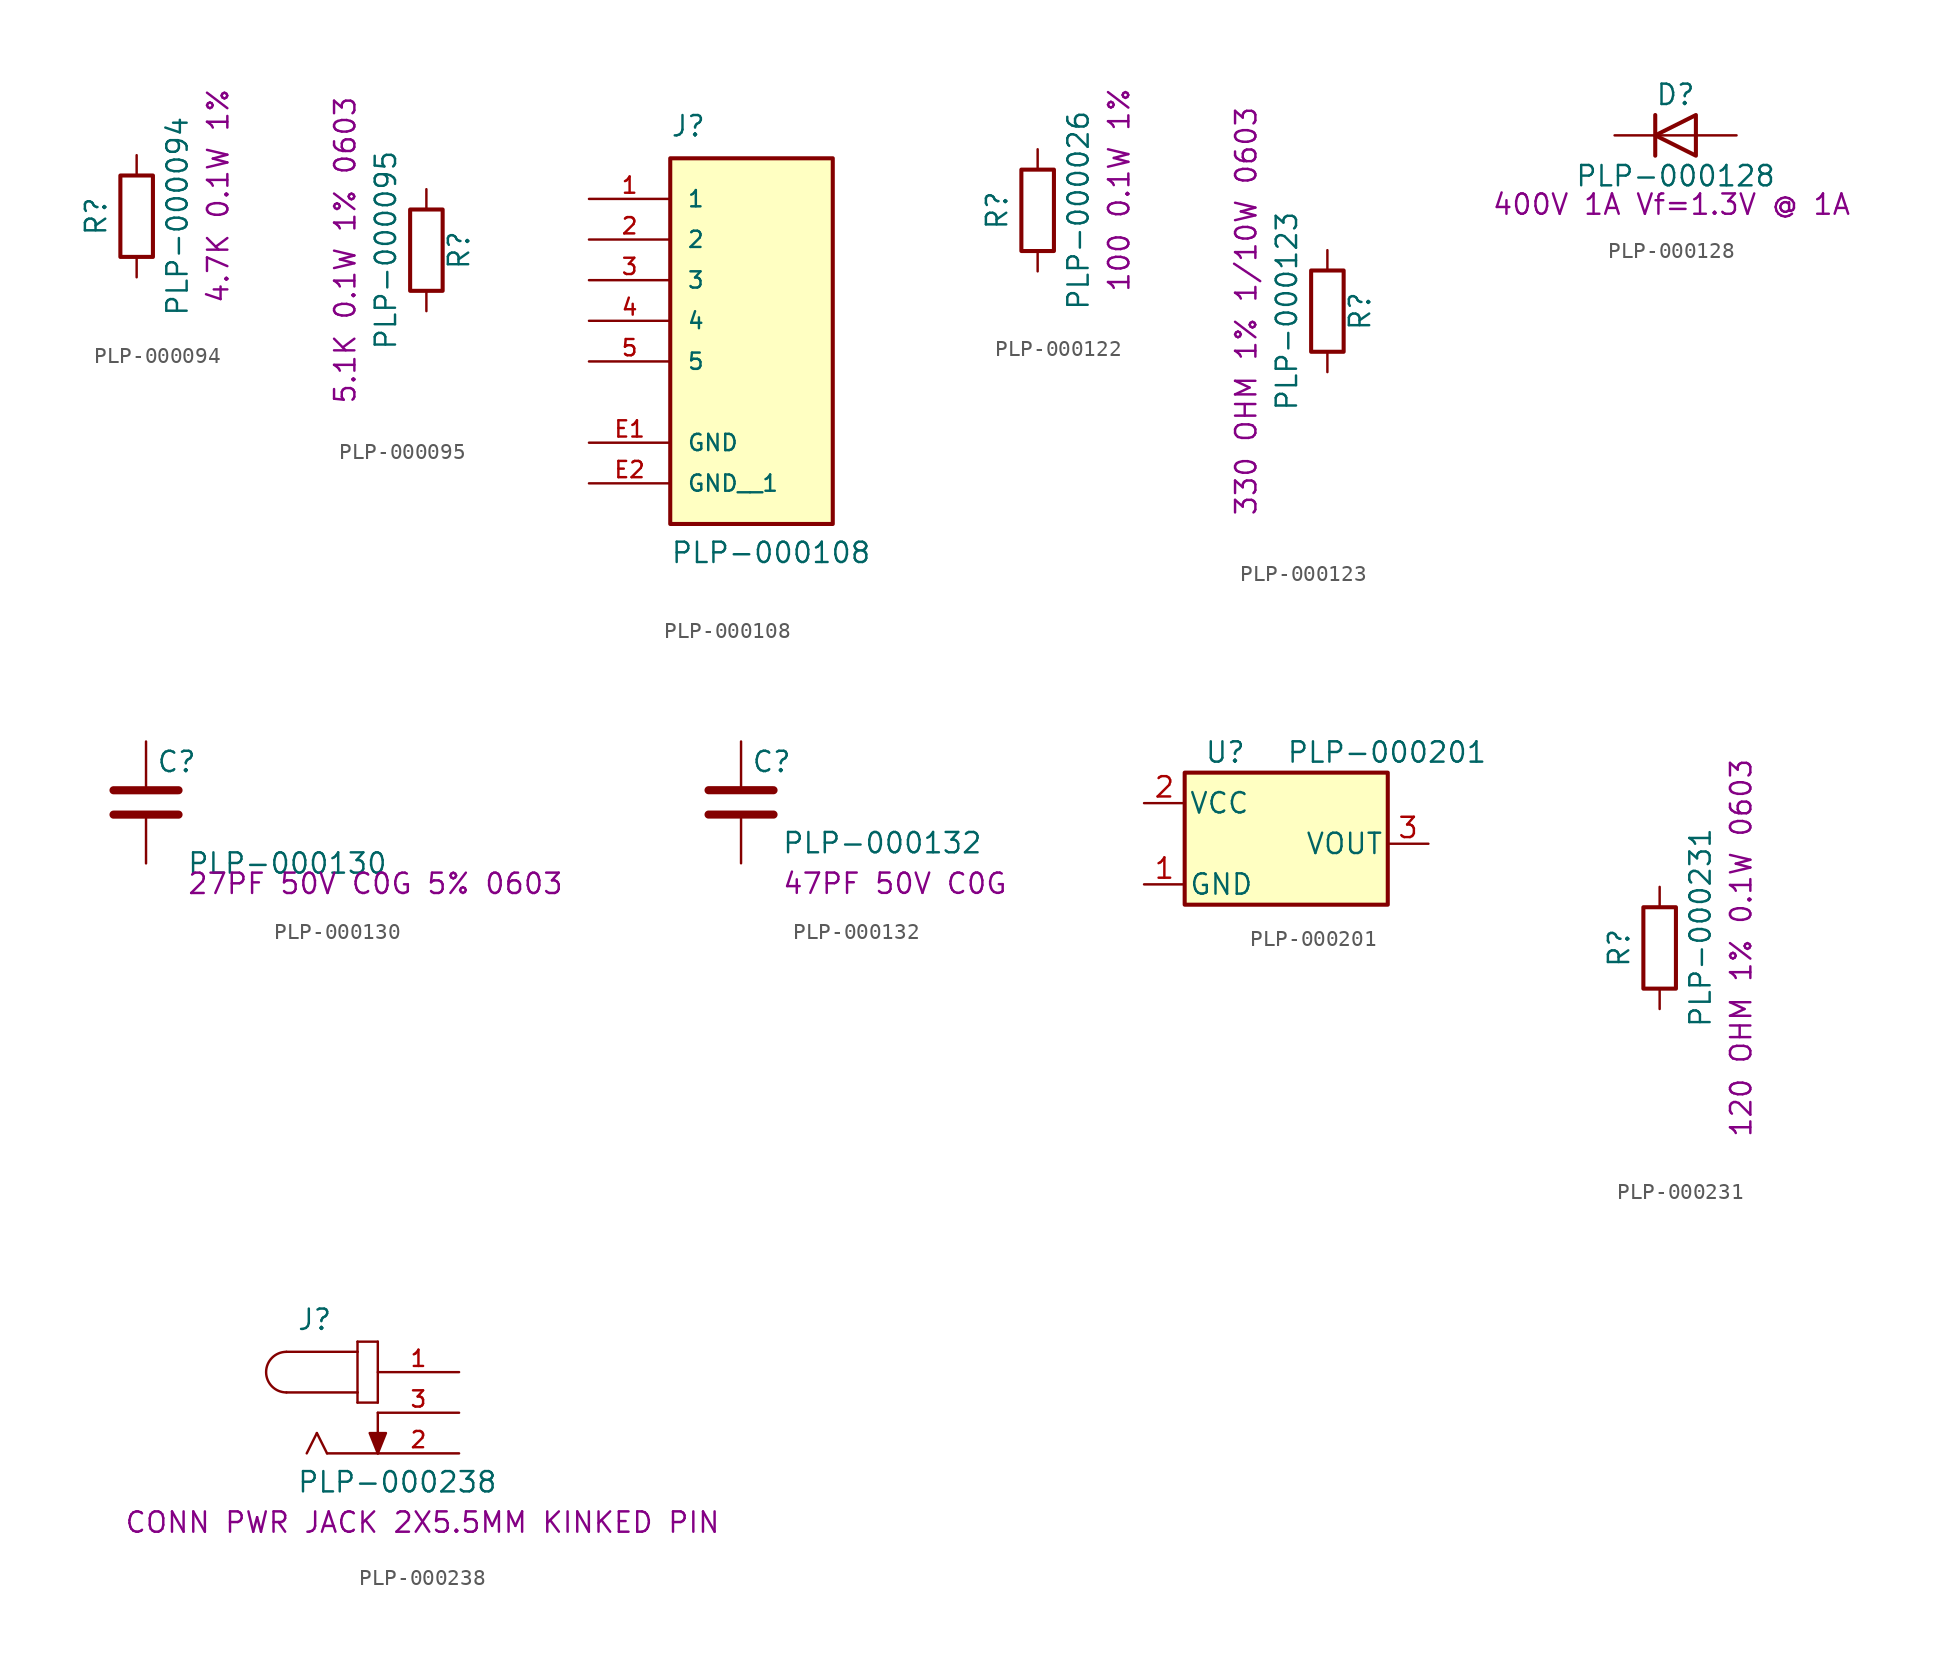
<source format=kicad_sym>
(kicad_symbol_lib
  (version 20241209)
  (generator "kicad_symbol_editor")
  (generator_version "9.0")
  (symbol "PLP-000094"
    (pin_numbers
      (hide yes))
    (pin_names
      (offset 0))
    (property "Reference" "R"
      (at -2.54 0 90)
      (effects (font (size 1.27 1.27))))
    (property "Value" "PLP-000094"
      (at 2.54 0 90)
      (effects (font (size 1.27 1.27))))
    (property "Info" "4.7K 0.1W 1%"
      (at 5.08 1.27 90)
      (effects (font (size 1.27 1.27))))
    (symbol "PLP-000094_0_1"
      (rectangle (start -1.016 -2.54) (end 1.016 2.54) (stroke (width 0.254) (type default)) (fill (type none))))
    (symbol "PLP-000094_1_1"
      (pin passive line (at 0 3.81 270) (length 1.27) (name "~" (effects (font (size 1.27 1.27)))) (number "1" (effects (font (size 1.27 1.27)))))
      (pin passive line (at 0 -3.81 90) (length 1.27) (name "~" (effects (font (size 1.27 1.27)))) (number "2" (effects (font (size 1.27 1.27)))))))
  (symbol "PLP-000095"
    (pin_numbers
      (hide yes))
    (pin_names
      (offset 0))
    (property "Reference" "R"
      (at 2.032 0 90)
      (effects (font (size 1.27 1.27))))
    (property "Value" "PLP-000095"
      (at -2.54 0 90)
      (effects (font (size 1.27 1.27))))
    (property "Info" "5.1K 0.1W 1% 0603"
      (at -5.08 0 90)
      (effects (font (size 1.27 1.27))))
    (symbol "PLP-000095_0_1"
      (rectangle (start -1.016 -2.54) (end 1.016 2.54) (stroke (width 0.254) (type default)) (fill (type none))))
    (symbol "PLP-000095_1_1"
      (pin passive line (at 0 3.81 270) (length 1.27) (name "~" (effects (font (size 1.27 1.27)))) (number "1" (effects (font (size 1.27 1.27)))))
      (pin passive line (at 0 -3.81 90) (length 1.27) (name "~" (effects (font (size 1.27 1.27)))) (number "2" (effects (font (size 1.27 1.27)))))))
  (symbol "PLP-000108"
    (pin_names
      (offset 1.016))
    (property "Reference" "J"
      (at -5.08 11.43 0)
      (effects (font (size 1.27 1.27)) (justify left bottom)))
    (property "Value" "PLP-000108"
      (at -5.08 -15.24 0)
      (effects (font (size 1.27 1.27)) (justify left bottom)))
    (symbol "PLP-000108_0_0"
      (rectangle (start -5.08 -12.7) (end 5.08 10.16) (stroke (width 0.254) (type default)) (fill (type background)))
      (pin passive line (at -10.16 7.62 0) (length 5.08) (name "1" (effects (font (size 1.016 1.016)))) (number "1" (effects (font (size 1.016 1.016)))))
      (pin passive line (at -10.16 5.08 0) (length 5.08) (name "2" (effects (font (size 1.016 1.016)))) (number "2" (effects (font (size 1.016 1.016)))))
      (pin passive line (at -10.16 2.54 0) (length 5.08) (name "3" (effects (font (size 1.016 1.016)))) (number "3" (effects (font (size 1.016 1.016)))))
      (pin passive line (at -10.16 0 0) (length 5.08) (name "4" (effects (font (size 1.016 1.016)))) (number "4" (effects (font (size 1.016 1.016)))))
      (pin passive line (at -10.16 -2.54 0) (length 5.08) (name "5" (effects (font (size 1.016 1.016)))) (number "5" (effects (font (size 1.016 1.016)))))
      (pin power_in line (at -10.16 -7.62 0) (length 5.08) (name "GND" (effects (font (size 1.016 1.016)))) (number "E1" (effects (font (size 1.016 1.016)))))
      (pin power_in line (at -10.16 -10.16 0) (length 5.08) (name "GND__1" (effects (font (size 1.016 1.016)))) (number "E2" (effects (font (size 1.016 1.016)))))))
  (symbol "PLP-000122"
    (pin_numbers
      (hide yes))
    (pin_names
      (offset 0))
    (property "Reference" "R"
      (at -2.54 0 90)
      (effects (font (size 1.27 1.27))))
    (property "Value" "PLP-000026"
      (at 2.54 0 90)
      (effects (font (size 1.27 1.27))))
    (property "Info" "100 0.1W 1%"
      (at 5.08 1.27 90)
      (effects (font (size 1.27 1.27))))
    (symbol "PLP-000122_0_1"
      (rectangle (start -1.016 -2.54) (end 1.016 2.54) (stroke (width 0.254) (type default)) (fill (type none))))
    (symbol "PLP-000122_1_1"
      (pin passive line (at 0 3.81 270) (length 1.27) (name "~" (effects (font (size 1.27 1.27)))) (number "1" (effects (font (size 1.27 1.27)))))
      (pin passive line (at 0 -3.81 90) (length 1.27) (name "~" (effects (font (size 1.27 1.27)))) (number "2" (effects (font (size 1.27 1.27)))))))
  (symbol "PLP-000123"
    (pin_numbers
      (hide yes))
    (pin_names
      (offset 0))
    (property "Reference" "R"
      (at 2.032 0 90)
      (effects (font (size 1.27 1.27))))
    (property "Value" "PLP-000123"
      (at -2.54 0 90)
      (effects (font (size 1.27 1.27))))
    (property "Info" "330 OHM 1% 1/10W 0603"
      (at -5.08 0 90)
      (effects (font (size 1.27 1.27))))
    (symbol "PLP-000123_0_1"
      (rectangle (start -1.016 -2.54) (end 1.016 2.54) (stroke (width 0.254) (type default)) (fill (type none))))
    (symbol "PLP-000123_1_1"
      (pin passive line (at 0 3.81 270) (length 1.27) (name "~" (effects (font (size 1.27 1.27)))) (number "1" (effects (font (size 1.27 1.27)))))
      (pin passive line (at 0 -3.81 90) (length 1.27) (name "~" (effects (font (size 1.27 1.27)))) (number "2" (effects (font (size 1.27 1.27)))))))
  (symbol "PLP-000128"
    (pin_numbers
      (hide yes))
    (pin_names
      (offset 1.016)
      (hide yes))
    (property "Reference" "D"
      (at 0 2.54 0)
      (effects (font (size 1.27 1.27))))
    (property "Value" "PLP-000128"
      (at 0 -2.54 0)
      (effects (font (size 1.27 1.27))))
    (property "Info" "400V 1A Vf=1.3V @ 1A"
      (at -0.254 -4.318 0)
      (effects (font (size 1.27 1.27))))
    (symbol "PLP-000128_0_1"
      (polyline (pts (xy -1.27 1.27) (xy -1.27 -1.27)) (stroke (width 0.254) (type default)) (fill (type none)))
      (polyline (pts (xy 1.27 1.27) (xy 1.27 -1.27) (xy -1.27 0) (xy 1.27 1.27)) (stroke (width 0.254) (type default)) (fill (type none)))
      (polyline (pts (xy 1.27 0) (xy -1.27 0)) (stroke (width 0) (type default)) (fill (type none))))
    (symbol "PLP-000128_1_1"
      (pin passive line (at -3.81 0 0) (length 2.54) (name "K" (effects (font (size 1.27 1.27)))) (number "1" (effects (font (size 1.27 1.27)))))
      (pin passive line (at 3.81 0 180) (length 2.54) (name "A" (effects (font (size 1.27 1.27)))) (number "2" (effects (font (size 1.27 1.27)))))))
  (symbol "PLP-000130"
    (pin_numbers
      (hide yes))
    (pin_names
      (offset 0.254))
    (property "Reference" "C"
      (at 0.635 2.54 0)
      (effects (font (size 1.27 1.27)) (justify left)))
    (property "Value" "PLP-000130"
      (at 2.54 -3.81 0)
      (effects (font (size 1.27 1.27)) (justify left)))
    (property "Info" "27PF 50V C0G 5% 0603"
      (at 2.54 -5.08 0)
      (effects (font (size 1.27 1.27)) (justify left)))
    (symbol "PLP-000130_0_1"
      (polyline (pts (xy -2.032 0.762) (xy 2.032 0.762)) (stroke (width 0.508) (type default)) (fill (type none)))
      (polyline (pts (xy -2.032 -0.762) (xy 2.032 -0.762)) (stroke (width 0.508) (type default)) (fill (type none))))
    (symbol "PLP-000130_1_1"
      (pin passive line (at 0 3.81 270) (length 2.794) (name "~" (effects (font (size 1.27 1.27)))) (number "1" (effects (font (size 1.27 1.27)))))
      (pin passive line (at 0 -3.81 90) (length 2.794) (name "~" (effects (font (size 1.27 1.27)))) (number "2" (effects (font (size 1.27 1.27)))))))
  (symbol "PLP-000132"
    (pin_numbers
      (hide yes))
    (pin_names
      (offset 0.254))
    (property "Reference" "C"
      (at 0.635 2.54 0)
      (effects (font (size 1.27 1.27)) (justify left)))
    (property "Value" "PLP-000132"
      (at 2.54 -2.54 0)
      (effects (font (size 1.27 1.27)) (justify left)))
    (property "Info" "47PF 50V C0G"
      (at 2.54 -5.08 0)
      (effects (font (size 1.27 1.27)) (justify left)))
    (symbol "PLP-000132_0_1"
      (polyline (pts (xy -2.032 0.762) (xy 2.032 0.762)) (stroke (width 0.508) (type default)) (fill (type none)))
      (polyline (pts (xy -2.032 -0.762) (xy 2.032 -0.762)) (stroke (width 0.508) (type default)) (fill (type none))))
    (symbol "PLP-000132_1_1"
      (pin passive line (at 0 3.81 270) (length 2.794) (name "~" (effects (font (size 1.27 1.27)))) (number "1" (effects (font (size 1.27 1.27)))))
      (pin passive line (at 0 -3.81 90) (length 2.794) (name "~" (effects (font (size 1.27 1.27)))) (number "2" (effects (font (size 1.27 1.27)))))))
  (symbol "PLP-000201"
    (pin_names
      (offset 0.254))
    (property "Reference" "U"
      (at -3.81 5.715 0)
      (effects (font (size 1.27 1.27))))
    (property "Value" "PLP-000201"
      (at 0 5.715 0)
      (effects (font (size 1.27 1.27)) (justify left)))
    (symbol "PLP-000201_0_1"
      (rectangle (start -6.35 -3.81) (end 6.35 4.445) (stroke (width 0.254) (type default)) (fill (type background))))
    (symbol "PLP-000201_1_1"
      (pin input line (at -8.89 2.54 0) (length 2.54) (name "VCC" (effects (font (size 1.27 1.27)))) (number "2" (effects (font (size 1.27 1.27)))))
      (pin power_in line (at -8.89 -2.54 0) (length 2.54) (name "GND" (effects (font (size 1.27 1.27)))) (number "1" (effects (font (size 1.27 1.27)))))
      (pin output line (at 8.89 0 180) (length 2.54) (name "VOUT" (effects (font (size 1.27 1.27)))) (number "3" (effects (font (size 1.27 1.27)))))))
  (symbol "PLP-000231"
    (pin_numbers
      (hide yes))
    (pin_names
      (offset 0))
    (property "Reference" "R"
      (at -2.54 0 90)
      (effects (font (size 1.27 1.27))))
    (property "Value" "PLP-000231"
      (at 2.54 1.27 90)
      (effects (font (size 1.27 1.27))))
    (property "Info" "120 OHM 1% 0.1W 0603"
      (at 5.08 0 90)
      (effects (font (size 1.27 1.27))))
    (symbol "PLP-000231_0_1"
      (rectangle (start -1.016 -2.54) (end 1.016 2.54) (stroke (width 0.254) (type default)) (fill (type none))))
    (symbol "PLP-000231_1_1"
      (pin passive line (at 0 3.81 270) (length 1.27) (name "~" (effects (font (size 1.27 1.27)))) (number "1" (effects (font (size 1.27 1.27)))))
      (pin passive line (at 0 -3.81 90) (length 1.27) (name "~" (effects (font (size 1.27 1.27)))) (number "2" (effects (font (size 1.27 1.27)))))))
  (symbol "PLP-000238"
    (pin_names
      (offset 1.016))
    (property "Reference" "J"
      (at -5.08 5.08 0)
      (effects (font (size 1.27 1.27)) (justify left bottom)))
    (property "Value" "PLP-000238"
      (at -5.08 -5.08 0)
      (effects (font (size 1.27 1.27)) (justify left bottom)))
    (property "Info" "CONN PWR JACK 2X5.5MM KINKED PIN"
      (at 2.794 -6.858 0)
      (effects (font (size 1.27 1.27))))
    (symbol "PLP-000238_0_0"
      (polyline (pts (xy -5.715 3.81) (xy -1.27 3.81)) (stroke (width 0.152) (type default)) (fill (type none)))
      (arc (start -5.715 1.27) (mid -6.9794 2.54) (end -5.715 3.81) (stroke (width 0.1524) (type default)) (fill (type none)))
      (polyline (pts (xy -3.81 -1.27) (xy -4.445 -2.54)) (stroke (width 0.152) (type default)) (fill (type none)))
      (polyline (pts (xy -3.175 -2.54) (xy -3.81 -1.27)) (stroke (width 0.152) (type default)) (fill (type none)))
      (polyline (pts (xy -1.27 4.445) (xy -1.27 3.81)) (stroke (width 0.152) (type default)) (fill (type none)))
      (polyline (pts (xy -1.27 3.81) (xy -1.27 1.27)) (stroke (width 0.152) (type default)) (fill (type none)))
      (polyline (pts (xy -1.27 1.27) (xy -5.715 1.27)) (stroke (width 0.152) (type default)) (fill (type none)))
      (polyline (pts (xy -1.27 1.27) (xy -1.27 0.635)) (stroke (width 0.152) (type default)) (fill (type none)))
      (polyline (pts (xy -1.27 0.635) (xy 0 0.635)) (stroke (width 0.152) (type default)) (fill (type none)))
      (polyline (pts (xy 0 4.445) (xy -1.27 4.445)) (stroke (width 0.152) (type default)) (fill (type none)))
      (polyline (pts (xy 0 0.635) (xy 0 4.445)) (stroke (width 0.152) (type default)) (fill (type none)))
      (polyline (pts (xy 0 0) (xy 0 -2.54)) (stroke (width 0.152) (type default)) (fill (type none)))
      (polyline (pts (xy 0 -2.54) (xy -3.175 -2.54)) (stroke (width 0.152) (type default)) (fill (type none)))
      (polyline (pts (xy 0 -2.54) (xy -0.508 -1.27) (xy 0.508 -1.27) (xy 0 -2.54)) (stroke (width 0.152) (type default)) (fill (type outline)))
      (pin passive line (at 5.08 2.54 180) (length 5.08) (name "~" (effects (font (size 1.016 1.016)))) (number "1" (effects (font (size 1.016 1.016)))))
      (pin passive line (at 5.08 0 180) (length 5.08) (name "~" (effects (font (size 1.016 1.016)))) (number "3" (effects (font (size 1.016 1.016)))))
      (pin passive line (at 5.08 -2.54 180) (length 5.08) (name "~" (effects (font (size 1.016 1.016)))) (number "2" (effects (font (size 1.016 1.016))))))))
</source>
